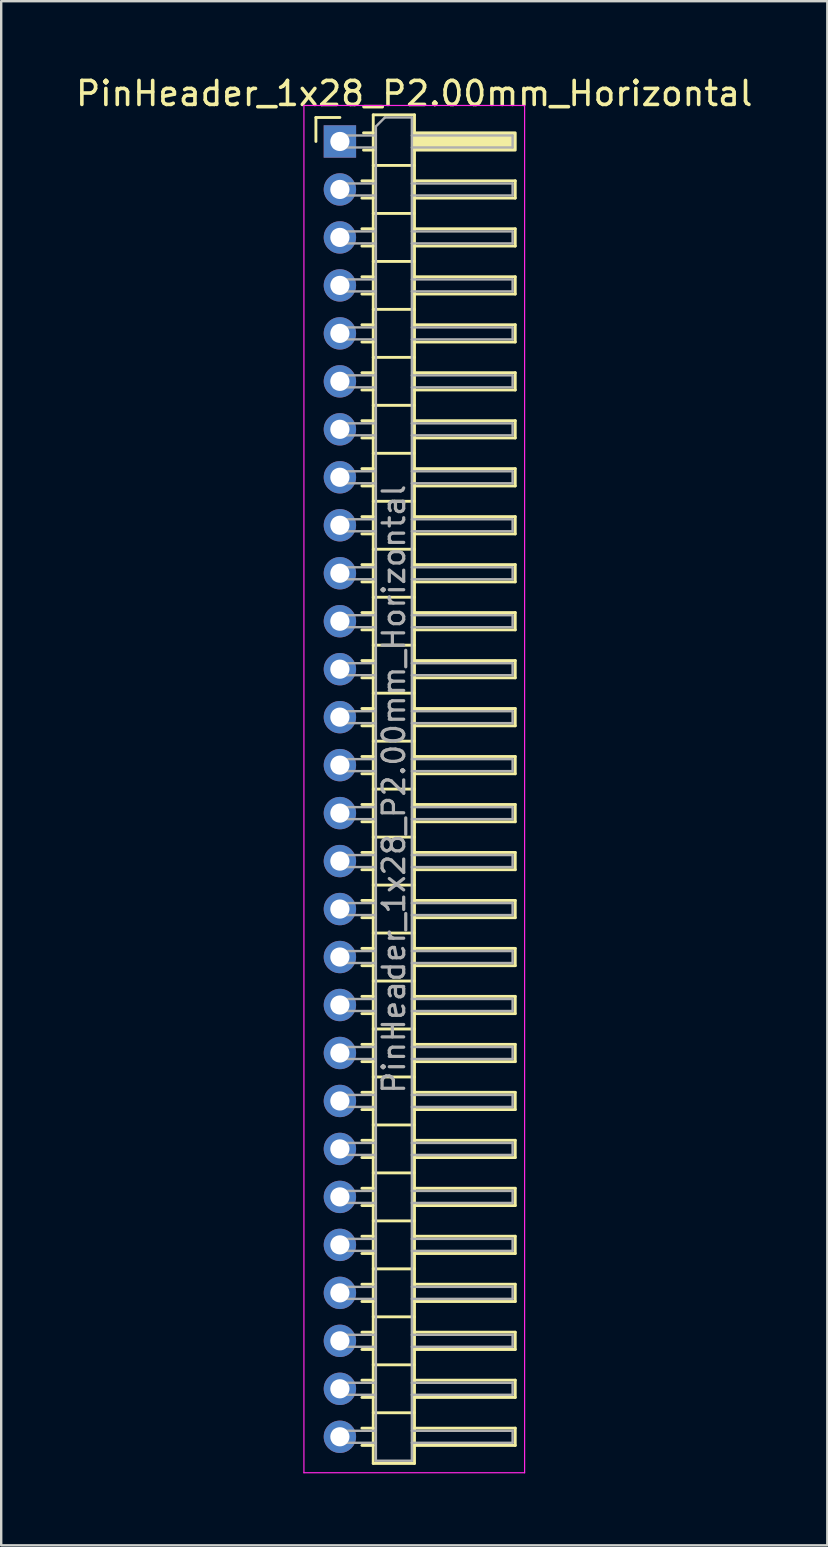
<source format=kicad_pcb>
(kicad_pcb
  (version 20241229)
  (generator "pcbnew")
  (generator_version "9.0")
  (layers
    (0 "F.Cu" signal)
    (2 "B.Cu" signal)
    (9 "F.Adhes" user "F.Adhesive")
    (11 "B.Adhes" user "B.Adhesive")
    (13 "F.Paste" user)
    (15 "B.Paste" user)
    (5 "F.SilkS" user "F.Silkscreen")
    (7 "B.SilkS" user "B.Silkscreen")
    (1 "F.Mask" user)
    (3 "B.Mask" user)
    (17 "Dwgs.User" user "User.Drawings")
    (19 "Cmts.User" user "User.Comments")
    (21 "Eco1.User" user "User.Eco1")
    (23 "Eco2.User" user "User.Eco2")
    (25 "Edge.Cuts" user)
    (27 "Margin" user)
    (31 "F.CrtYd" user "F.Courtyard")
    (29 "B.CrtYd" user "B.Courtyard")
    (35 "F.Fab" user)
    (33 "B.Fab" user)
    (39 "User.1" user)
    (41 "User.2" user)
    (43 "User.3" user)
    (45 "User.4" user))
  (footprint "PinHeader_1x28_P2.00mm_Horizontal"
    (layer "F.Cu")
    (at 11.12 2.848)
    (property "Reference" "PinHeader_1x28_P2.00mm_Horizontal" (at 3.1 -2 0) (layer "F.SilkS") (effects (font (size 1 1) (thickness 0.15))))
    (attr through_hole)
    (fp_line (start -1 -1) (end 0 -1) (stroke (width 0.12) (type solid)) (layer "F.SilkS"))
    (fp_line (start -1 0) (end -1 -1) (stroke (width 0.12) (type solid)) (layer "F.SilkS"))
    (fp_line (start 0.917 1.64) (end 1.39 1.64) (stroke (width 0.12) (type solid)) (layer "F.SilkS"))
    (fp_line (start 0.917 2.36) (end 1.39 2.36) (stroke (width 0.12) (type solid)) (layer "F.SilkS"))
    (fp_line (start 0.917 3.64) (end 1.39 3.64) (stroke (width 0.12) (type solid)) (layer "F.SilkS"))
    (fp_line (start 0.917 4.36) (end 1.39 4.36) (stroke (width 0.12) (type solid)) (layer "F.SilkS"))
    (fp_line (start 0.917 5.64) (end 1.39 5.64) (stroke (width 0.12) (type solid)) (layer "F.SilkS"))
    (fp_line (start 0.917 6.36) (end 1.39 6.36) (stroke (width 0.12) (type solid)) (layer "F.SilkS"))
    (fp_line (start 0.917 7.64) (end 1.39 7.64) (stroke (width 0.12) (type solid)) (layer "F.SilkS"))
    (fp_line (start 0.917 8.36) (end 1.39 8.36) (stroke (width 0.12) (type solid)) (layer "F.SilkS"))
    (fp_line (start 0.917 9.64) (end 1.39 9.64) (stroke (width 0.12) (type solid)) (layer "F.SilkS"))
    (fp_line (start 0.917 10.36) (end 1.39 10.36) (stroke (width 0.12) (type solid)) (layer "F.SilkS"))
    (fp_line (start 0.917 11.64) (end 1.39 11.64) (stroke (width 0.12) (type solid)) (layer "F.SilkS"))
    (fp_line (start 0.917 12.36) (end 1.39 12.36) (stroke (width 0.12) (type solid)) (layer "F.SilkS"))
    (fp_line (start 0.917 13.64) (end 1.39 13.64) (stroke (width 0.12) (type solid)) (layer "F.SilkS"))
    (fp_line (start 0.917 14.36) (end 1.39 14.36) (stroke (width 0.12) (type solid)) (layer "F.SilkS"))
    (fp_line (start 0.917 15.64) (end 1.39 15.64) (stroke (width 0.12) (type solid)) (layer "F.SilkS"))
    (fp_line (start 0.917 16.36) (end 1.39 16.36) (stroke (width 0.12) (type solid)) (layer "F.SilkS"))
    (fp_line (start 0.917 17.64) (end 1.39 17.64) (stroke (width 0.12) (type solid)) (layer "F.SilkS"))
    (fp_line (start 0.917 18.36) (end 1.39 18.36) (stroke (width 0.12) (type solid)) (layer "F.SilkS"))
    (fp_line (start 0.917 19.64) (end 1.39 19.64) (stroke (width 0.12) (type solid)) (layer "F.SilkS"))
    (fp_line (start 0.917 20.36) (end 1.39 20.36) (stroke (width 0.12) (type solid)) (layer "F.SilkS"))
    (fp_line (start 0.917 21.64) (end 1.39 21.64) (stroke (width 0.12) (type solid)) (layer "F.SilkS"))
    (fp_line (start 0.917 22.36) (end 1.39 22.36) (stroke (width 0.12) (type solid)) (layer "F.SilkS"))
    (fp_line (start 0.917 23.64) (end 1.39 23.64) (stroke (width 0.12) (type solid)) (layer "F.SilkS"))
    (fp_line (start 0.917 24.36) (end 1.39 24.36) (stroke (width 0.12) (type solid)) (layer "F.SilkS"))
    (fp_line (start 0.917 25.64) (end 1.39 25.64) (stroke (width 0.12) (type solid)) (layer "F.SilkS"))
    (fp_line (start 0.917 26.36) (end 1.39 26.36) (stroke (width 0.12) (type solid)) (layer "F.SilkS"))
    (fp_line (start 0.917 27.64) (end 1.39 27.64) (stroke (width 0.12) (type solid)) (layer "F.SilkS"))
    (fp_line (start 0.917 28.36) (end 1.39 28.36) (stroke (width 0.12) (type solid)) (layer "F.SilkS"))
    (fp_line (start 0.917 29.64) (end 1.39 29.64) (stroke (width 0.12) (type solid)) (layer "F.SilkS"))
    (fp_line (start 0.917 30.36) (end 1.39 30.36) (stroke (width 0.12) (type solid)) (layer "F.SilkS"))
    (fp_line (start 0.917 31.64) (end 1.39 31.64) (stroke (width 0.12) (type solid)) (layer "F.SilkS"))
    (fp_line (start 0.917 32.36) (end 1.39 32.36) (stroke (width 0.12) (type solid)) (layer "F.SilkS"))
    (fp_line (start 0.917 33.64) (end 1.39 33.64) (stroke (width 0.12) (type solid)) (layer "F.SilkS"))
    (fp_line (start 0.917 34.36) (end 1.39 34.36) (stroke (width 0.12) (type solid)) (layer "F.SilkS"))
    (fp_line (start 0.917 35.64) (end 1.39 35.64) (stroke (width 0.12) (type solid)) (layer "F.SilkS"))
    (fp_line (start 0.917 36.36) (end 1.39 36.36) (stroke (width 0.12) (type solid)) (layer "F.SilkS"))
    (fp_line (start 0.917 37.64) (end 1.39 37.64) (stroke (width 0.12) (type solid)) (layer "F.SilkS"))
    (fp_line (start 0.917 38.36) (end 1.39 38.36) (stroke (width 0.12) (type solid)) (layer "F.SilkS"))
    (fp_line (start 0.917 39.64) (end 1.39 39.64) (stroke (width 0.12) (type solid)) (layer "F.SilkS"))
    (fp_line (start 0.917 40.36) (end 1.39 40.36) (stroke (width 0.12) (type solid)) (layer "F.SilkS"))
    (fp_line (start 0.917 41.64) (end 1.39 41.64) (stroke (width 0.12) (type solid)) (layer "F.SilkS"))
    (fp_line (start 0.917 42.36) (end 1.39 42.36) (stroke (width 0.12) (type solid)) (layer "F.SilkS"))
    (fp_line (start 0.917 43.64) (end 1.39 43.64) (stroke (width 0.12) (type solid)) (layer "F.SilkS"))
    (fp_line (start 0.917 44.36) (end 1.39 44.36) (stroke (width 0.12) (type solid)) (layer "F.SilkS"))
    (fp_line (start 0.917 45.64) (end 1.39 45.64) (stroke (width 0.12) (type solid)) (layer "F.SilkS"))
    (fp_line (start 0.917 46.36) (end 1.39 46.36) (stroke (width 0.12) (type solid)) (layer "F.SilkS"))
    (fp_line (start 0.917 47.64) (end 1.39 47.64) (stroke (width 0.12) (type solid)) (layer "F.SilkS"))
    (fp_line (start 0.917 48.36) (end 1.39 48.36) (stroke (width 0.12) (type solid)) (layer "F.SilkS"))
    (fp_line (start 0.917 49.64) (end 1.39 49.64) (stroke (width 0.12) (type solid)) (layer "F.SilkS"))
    (fp_line (start 0.917 50.36) (end 1.39 50.36) (stroke (width 0.12) (type solid)) (layer "F.SilkS"))
    (fp_line (start 0.917 51.64) (end 1.39 51.64) (stroke (width 0.12) (type solid)) (layer "F.SilkS"))
    (fp_line (start 0.917 52.36) (end 1.39 52.36) (stroke (width 0.12) (type solid)) (layer "F.SilkS"))
    (fp_line (start 0.917 53.64) (end 1.39 53.64) (stroke (width 0.12) (type solid)) (layer "F.SilkS"))
    (fp_line (start 0.917 54.36) (end 1.39 54.36) (stroke (width 0.12) (type solid)) (layer "F.SilkS"))
    (fp_line (start 0.985 -0.36) (end 1.39 -0.36) (stroke (width 0.12) (type solid)) (layer "F.SilkS"))
    (fp_line (start 0.985 0.36) (end 1.39 0.36) (stroke (width 0.12) (type solid)) (layer "F.SilkS"))
    (fp_line (start 1.39 -1.11) (end 1.39 55.11) (stroke (width 0.12) (type solid)) (layer "F.SilkS"))
    (fp_line (start 1.39 1) (end 3.11 1) (stroke (width 0.12) (type solid)) (layer "F.SilkS"))
    (fp_line (start 1.39 3) (end 3.11 3) (stroke (width 0.12) (type solid)) (layer "F.SilkS"))
    (fp_line (start 1.39 5) (end 3.11 5) (stroke (width 0.12) (type solid)) (layer "F.SilkS"))
    (fp_line (start 1.39 7) (end 3.11 7) (stroke (width 0.12) (type solid)) (layer "F.SilkS"))
    (fp_line (start 1.39 9) (end 3.11 9) (stroke (width 0.12) (type solid)) (layer "F.SilkS"))
    (fp_line (start 1.39 11) (end 3.11 11) (stroke (width 0.12) (type solid)) (layer "F.SilkS"))
    (fp_line (start 1.39 13) (end 3.11 13) (stroke (width 0.12) (type solid)) (layer "F.SilkS"))
    (fp_line (start 1.39 15) (end 3.11 15) (stroke (width 0.12) (type solid)) (layer "F.SilkS"))
    (fp_line (start 1.39 17) (end 3.11 17) (stroke (width 0.12) (type solid)) (layer "F.SilkS"))
    (fp_line (start 1.39 19) (end 3.11 19) (stroke (width 0.12) (type solid)) (layer "F.SilkS"))
    (fp_line (start 1.39 21) (end 3.11 21) (stroke (width 0.12) (type solid)) (layer "F.SilkS"))
    (fp_line (start 1.39 23) (end 3.11 23) (stroke (width 0.12) (type solid)) (layer "F.SilkS"))
    (fp_line (start 1.39 25) (end 3.11 25) (stroke (width 0.12) (type solid)) (layer "F.SilkS"))
    (fp_line (start 1.39 27) (end 3.11 27) (stroke (width 0.12) (type solid)) (layer "F.SilkS"))
    (fp_line (start 1.39 29) (end 3.11 29) (stroke (width 0.12) (type solid)) (layer "F.SilkS"))
    (fp_line (start 1.39 31) (end 3.11 31) (stroke (width 0.12) (type solid)) (layer "F.SilkS"))
    (fp_line (start 1.39 33) (end 3.11 33) (stroke (width 0.12) (type solid)) (layer "F.SilkS"))
    (fp_line (start 1.39 35) (end 3.11 35) (stroke (width 0.12) (type solid)) (layer "F.SilkS"))
    (fp_line (start 1.39 37) (end 3.11 37) (stroke (width 0.12) (type solid)) (layer "F.SilkS"))
    (fp_line (start 1.39 39) (end 3.11 39) (stroke (width 0.12) (type solid)) (layer "F.SilkS"))
    (fp_line (start 1.39 41) (end 3.11 41) (stroke (width 0.12) (type solid)) (layer "F.SilkS"))
    (fp_line (start 1.39 43) (end 3.11 43) (stroke (width 0.12) (type solid)) (layer "F.SilkS"))
    (fp_line (start 1.39 45) (end 3.11 45) (stroke (width 0.12) (type solid)) (layer "F.SilkS"))
    (fp_line (start 1.39 47) (end 3.11 47) (stroke (width 0.12) (type solid)) (layer "F.SilkS"))
    (fp_line (start 1.39 49) (end 3.11 49) (stroke (width 0.12) (type solid)) (layer "F.SilkS"))
    (fp_line (start 1.39 51) (end 3.11 51) (stroke (width 0.12) (type solid)) (layer "F.SilkS"))
    (fp_line (start 1.39 53) (end 3.11 53) (stroke (width 0.12) (type solid)) (layer "F.SilkS"))
    (fp_line (start 1.39 55.11) (end 3.11 55.11) (stroke (width 0.12) (type solid)) (layer "F.SilkS"))
    (fp_line (start 3.11 -1.11) (end 1.39 -1.11) (stroke (width 0.12) (type solid)) (layer "F.SilkS"))
    (fp_line (start 3.11 1.64) (end 7.31 1.64) (stroke (width 0.12) (type solid)) (layer "F.SilkS"))
    (fp_line (start 3.11 3.64) (end 7.31 3.64) (stroke (width 0.12) (type solid)) (layer "F.SilkS"))
    (fp_line (start 3.11 5.64) (end 7.31 5.64) (stroke (width 0.12) (type solid)) (layer "F.SilkS"))
    (fp_line (start 3.11 7.64) (end 7.31 7.64) (stroke (width 0.12) (type solid)) (layer "F.SilkS"))
    (fp_line (start 3.11 9.64) (end 7.31 9.64) (stroke (width 0.12) (type solid)) (layer "F.SilkS"))
    (fp_line (start 3.11 11.64) (end 7.31 11.64) (stroke (width 0.12) (type solid)) (layer "F.SilkS"))
    (fp_line (start 3.11 13.64) (end 7.31 13.64) (stroke (width 0.12) (type solid)) (layer "F.SilkS"))
    (fp_line (start 3.11 15.64) (end 7.31 15.64) (stroke (width 0.12) (type solid)) (layer "F.SilkS"))
    (fp_line (start 3.11 17.64) (end 7.31 17.64) (stroke (width 0.12) (type solid)) (layer "F.SilkS"))
    (fp_line (start 3.11 19.64) (end 7.31 19.64) (stroke (width 0.12) (type solid)) (layer "F.SilkS"))
    (fp_line (start 3.11 21.64) (end 7.31 21.64) (stroke (width 0.12) (type solid)) (layer "F.SilkS"))
    (fp_line (start 3.11 23.64) (end 7.31 23.64) (stroke (width 0.12) (type solid)) (layer "F.SilkS"))
    (fp_line (start 3.11 25.64) (end 7.31 25.64) (stroke (width 0.12) (type solid)) (layer "F.SilkS"))
    (fp_line (start 3.11 27.64) (end 7.31 27.64) (stroke (width 0.12) (type solid)) (layer "F.SilkS"))
    (fp_line (start 3.11 29.64) (end 7.31 29.64) (stroke (width 0.12) (type solid)) (layer "F.SilkS"))
    (fp_line (start 3.11 31.64) (end 7.31 31.64) (stroke (width 0.12) (type solid)) (layer "F.SilkS"))
    (fp_line (start 3.11 33.64) (end 7.31 33.64) (stroke (width 0.12) (type solid)) (layer "F.SilkS"))
    (fp_line (start 3.11 35.64) (end 7.31 35.64) (stroke (width 0.12) (type solid)) (layer "F.SilkS"))
    (fp_line (start 3.11 37.64) (end 7.31 37.64) (stroke (width 0.12) (type solid)) (layer "F.SilkS"))
    (fp_line (start 3.11 39.64) (end 7.31 39.64) (stroke (width 0.12) (type solid)) (layer "F.SilkS"))
    (fp_line (start 3.11 41.64) (end 7.31 41.64) (stroke (width 0.12) (type solid)) (layer "F.SilkS"))
    (fp_line (start 3.11 43.64) (end 7.31 43.64) (stroke (width 0.12) (type solid)) (layer "F.SilkS"))
    (fp_line (start 3.11 45.64) (end 7.31 45.64) (stroke (width 0.12) (type solid)) (layer "F.SilkS"))
    (fp_line (start 3.11 47.64) (end 7.31 47.64) (stroke (width 0.12) (type solid)) (layer "F.SilkS"))
    (fp_line (start 3.11 49.64) (end 7.31 49.64) (stroke (width 0.12) (type solid)) (layer "F.SilkS"))
    (fp_line (start 3.11 51.64) (end 7.31 51.64) (stroke (width 0.12) (type solid)) (layer "F.SilkS"))
    (fp_line (start 3.11 53.64) (end 7.31 53.64) (stroke (width 0.12) (type solid)) (layer "F.SilkS"))
    (fp_line (start 3.11 55.11) (end 3.11 -1.11) (stroke (width 0.12) (type solid)) (layer "F.SilkS"))
    (fp_line (start 7.31 1.64) (end 7.31 2.36) (stroke (width 0.12) (type solid)) (layer "F.SilkS"))
    (fp_line (start 7.31 2.36) (end 3.11 2.36) (stroke (width 0.12) (type solid)) (layer "F.SilkS"))
    (fp_line (start 7.31 3.64) (end 7.31 4.36) (stroke (width 0.12) (type solid)) (layer "F.SilkS"))
    (fp_line (start 7.31 4.36) (end 3.11 4.36) (stroke (width 0.12) (type solid)) (layer "F.SilkS"))
    (fp_line (start 7.31 5.64) (end 7.31 6.36) (stroke (width 0.12) (type solid)) (layer "F.SilkS"))
    (fp_line (start 7.31 6.36) (end 3.11 6.36) (stroke (width 0.12) (type solid)) (layer "F.SilkS"))
    (fp_line (start 7.31 7.64) (end 7.31 8.36) (stroke (width 0.12) (type solid)) (layer "F.SilkS"))
    (fp_line (start 7.31 8.36) (end 3.11 8.36) (stroke (width 0.12) (type solid)) (layer "F.SilkS"))
    (fp_line (start 7.31 9.64) (end 7.31 10.36) (stroke (width 0.12) (type solid)) (layer "F.SilkS"))
    (fp_line (start 7.31 10.36) (end 3.11 10.36) (stroke (width 0.12) (type solid)) (layer "F.SilkS"))
    (fp_line (start 7.31 11.64) (end 7.31 12.36) (stroke (width 0.12) (type solid)) (layer "F.SilkS"))
    (fp_line (start 7.31 12.36) (end 3.11 12.36) (stroke (width 0.12) (type solid)) (layer "F.SilkS"))
    (fp_line (start 7.31 13.64) (end 7.31 14.36) (stroke (width 0.12) (type solid)) (layer "F.SilkS"))
    (fp_line (start 7.31 14.36) (end 3.11 14.36) (stroke (width 0.12) (type solid)) (layer "F.SilkS"))
    (fp_line (start 7.31 15.64) (end 7.31 16.36) (stroke (width 0.12) (type solid)) (layer "F.SilkS"))
    (fp_line (start 7.31 16.36) (end 3.11 16.36) (stroke (width 0.12) (type solid)) (layer "F.SilkS"))
    (fp_line (start 7.31 17.64) (end 7.31 18.36) (stroke (width 0.12) (type solid)) (layer "F.SilkS"))
    (fp_line (start 7.31 18.36) (end 3.11 18.36) (stroke (width 0.12) (type solid)) (layer "F.SilkS"))
    (fp_line (start 7.31 19.64) (end 7.31 20.36) (stroke (width 0.12) (type solid)) (layer "F.SilkS"))
    (fp_line (start 7.31 20.36) (end 3.11 20.36) (stroke (width 0.12) (type solid)) (layer "F.SilkS"))
    (fp_line (start 7.31 21.64) (end 7.31 22.36) (stroke (width 0.12) (type solid)) (layer "F.SilkS"))
    (fp_line (start 7.31 22.36) (end 3.11 22.36) (stroke (width 0.12) (type solid)) (layer "F.SilkS"))
    (fp_line (start 7.31 23.64) (end 7.31 24.36) (stroke (width 0.12) (type solid)) (layer "F.SilkS"))
    (fp_line (start 7.31 24.36) (end 3.11 24.36) (stroke (width 0.12) (type solid)) (layer "F.SilkS"))
    (fp_line (start 7.31 25.64) (end 7.31 26.36) (stroke (width 0.12) (type solid)) (layer "F.SilkS"))
    (fp_line (start 7.31 26.36) (end 3.11 26.36) (stroke (width 0.12) (type solid)) (layer "F.SilkS"))
    (fp_line (start 7.31 27.64) (end 7.31 28.36) (stroke (width 0.12) (type solid)) (layer "F.SilkS"))
    (fp_line (start 7.31 28.36) (end 3.11 28.36) (stroke (width 0.12) (type solid)) (layer "F.SilkS"))
    (fp_line (start 7.31 29.64) (end 7.31 30.36) (stroke (width 0.12) (type solid)) (layer "F.SilkS"))
    (fp_line (start 7.31 30.36) (end 3.11 30.36) (stroke (width 0.12) (type solid)) (layer "F.SilkS"))
    (fp_line (start 7.31 31.64) (end 7.31 32.36) (stroke (width 0.12) (type solid)) (layer "F.SilkS"))
    (fp_line (start 7.31 32.36) (end 3.11 32.36) (stroke (width 0.12) (type solid)) (layer "F.SilkS"))
    (fp_line (start 7.31 33.64) (end 7.31 34.36) (stroke (width 0.12) (type solid)) (layer "F.SilkS"))
    (fp_line (start 7.31 34.36) (end 3.11 34.36) (stroke (width 0.12) (type solid)) (layer "F.SilkS"))
    (fp_line (start 7.31 35.64) (end 7.31 36.36) (stroke (width 0.12) (type solid)) (layer "F.SilkS"))
    (fp_line (start 7.31 36.36) (end 3.11 36.36) (stroke (width 0.12) (type solid)) (layer "F.SilkS"))
    (fp_line (start 7.31 37.64) (end 7.31 38.36) (stroke (width 0.12) (type solid)) (layer "F.SilkS"))
    (fp_line (start 7.31 38.36) (end 3.11 38.36) (stroke (width 0.12) (type solid)) (layer "F.SilkS"))
    (fp_line (start 7.31 39.64) (end 7.31 40.36) (stroke (width 0.12) (type solid)) (layer "F.SilkS"))
    (fp_line (start 7.31 40.36) (end 3.11 40.36) (stroke (width 0.12) (type solid)) (layer "F.SilkS"))
    (fp_line (start 7.31 41.64) (end 7.31 42.36) (stroke (width 0.12) (type solid)) (layer "F.SilkS"))
    (fp_line (start 7.31 42.36) (end 3.11 42.36) (stroke (width 0.12) (type solid)) (layer "F.SilkS"))
    (fp_line (start 7.31 43.64) (end 7.31 44.36) (stroke (width 0.12) (type solid)) (layer "F.SilkS"))
    (fp_line (start 7.31 44.36) (end 3.11 44.36) (stroke (width 0.12) (type solid)) (layer "F.SilkS"))
    (fp_line (start 7.31 45.64) (end 7.31 46.36) (stroke (width 0.12) (type solid)) (layer "F.SilkS"))
    (fp_line (start 7.31 46.36) (end 3.11 46.36) (stroke (width 0.12) (type solid)) (layer "F.SilkS"))
    (fp_line (start 7.31 47.64) (end 7.31 48.36) (stroke (width 0.12) (type solid)) (layer "F.SilkS"))
    (fp_line (start 7.31 48.36) (end 3.11 48.36) (stroke (width 0.12) (type solid)) (layer "F.SilkS"))
    (fp_line (start 7.31 49.64) (end 7.31 50.36) (stroke (width 0.12) (type solid)) (layer "F.SilkS"))
    (fp_line (start 7.31 50.36) (end 3.11 50.36) (stroke (width 0.12) (type solid)) (layer "F.SilkS"))
    (fp_line (start 7.31 51.64) (end 7.31 52.36) (stroke (width 0.12) (type solid)) (layer "F.SilkS"))
    (fp_line (start 7.31 52.36) (end 3.11 52.36) (stroke (width 0.12) (type solid)) (layer "F.SilkS"))
    (fp_line (start 7.31 53.64) (end 7.31 54.36) (stroke (width 0.12) (type solid)) (layer "F.SilkS"))
    (fp_line (start 7.31 54.36) (end 3.11 54.36) (stroke (width 0.12) (type solid)) (layer "F.SilkS"))
    (fp_rect (start 3.11 -0.36) (end 7.31 0.36) (stroke (width 0.12) (type solid)) (fill yes) (layer "F.SilkS"))
    (fp_line (start -1.5 -1.5) (end -1.5 55.5) (stroke (width 0.05) (type solid)) (layer "F.CrtYd"))
    (fp_line (start -1.5 55.5) (end 7.7 55.5) (stroke (width 0.05) (type solid)) (layer "F.CrtYd"))
    (fp_line (start 7.7 -1.5) (end -1.5 -1.5) (stroke (width 0.05) (type solid)) (layer "F.CrtYd"))
    (fp_line (start 7.7 55.5) (end 7.7 -1.5) (stroke (width 0.05) (type solid)) (layer "F.CrtYd"))
    (fp_line (start -0.25 -0.25) (end -0.25 0.25) (stroke (width 0.1) (type solid)) (layer "F.Fab"))
    (fp_line (start -0.25 -0.25) (end 1.5 -0.25) (stroke (width 0.1) (type solid)) (layer "F.Fab"))
    (fp_line (start -0.25 0.25) (end 1.5 0.25) (stroke (width 0.1) (type solid)) (layer "F.Fab"))
    (fp_line (start -0.25 1.75) (end -0.25 2.25) (stroke (width 0.1) (type solid)) (layer "F.Fab"))
    (fp_line (start -0.25 1.75) (end 1.5 1.75) (stroke (width 0.1) (type solid)) (layer "F.Fab"))
    (fp_line (start -0.25 2.25) (end 1.5 2.25) (stroke (width 0.1) (type solid)) (layer "F.Fab"))
    (fp_line (start -0.25 3.75) (end -0.25 4.25) (stroke (width 0.1) (type solid)) (layer "F.Fab"))
    (fp_line (start -0.25 3.75) (end 1.5 3.75) (stroke (width 0.1) (type solid)) (layer "F.Fab"))
    (fp_line (start -0.25 4.25) (end 1.5 4.25) (stroke (width 0.1) (type solid)) (layer "F.Fab"))
    (fp_line (start -0.25 5.75) (end -0.25 6.25) (stroke (width 0.1) (type solid)) (layer "F.Fab"))
    (fp_line (start -0.25 5.75) (end 1.5 5.75) (stroke (width 0.1) (type solid)) (layer "F.Fab"))
    (fp_line (start -0.25 6.25) (end 1.5 6.25) (stroke (width 0.1) (type solid)) (layer "F.Fab"))
    (fp_line (start -0.25 7.75) (end -0.25 8.25) (stroke (width 0.1) (type solid)) (layer "F.Fab"))
    (fp_line (start -0.25 7.75) (end 1.5 7.75) (stroke (width 0.1) (type solid)) (layer "F.Fab"))
    (fp_line (start -0.25 8.25) (end 1.5 8.25) (stroke (width 0.1) (type solid)) (layer "F.Fab"))
    (fp_line (start -0.25 9.75) (end -0.25 10.25) (stroke (width 0.1) (type solid)) (layer "F.Fab"))
    (fp_line (start -0.25 9.75) (end 1.5 9.75) (stroke (width 0.1) (type solid)) (layer "F.Fab"))
    (fp_line (start -0.25 10.25) (end 1.5 10.25) (stroke (width 0.1) (type solid)) (layer "F.Fab"))
    (fp_line (start -0.25 11.75) (end -0.25 12.25) (stroke (width 0.1) (type solid)) (layer "F.Fab"))
    (fp_line (start -0.25 11.75) (end 1.5 11.75) (stroke (width 0.1) (type solid)) (layer "F.Fab"))
    (fp_line (start -0.25 12.25) (end 1.5 12.25) (stroke (width 0.1) (type solid)) (layer "F.Fab"))
    (fp_line (start -0.25 13.75) (end -0.25 14.25) (stroke (width 0.1) (type solid)) (layer "F.Fab"))
    (fp_line (start -0.25 13.75) (end 1.5 13.75) (stroke (width 0.1) (type solid)) (layer "F.Fab"))
    (fp_line (start -0.25 14.25) (end 1.5 14.25) (stroke (width 0.1) (type solid)) (layer "F.Fab"))
    (fp_line (start -0.25 15.75) (end -0.25 16.25) (stroke (width 0.1) (type solid)) (layer "F.Fab"))
    (fp_line (start -0.25 15.75) (end 1.5 15.75) (stroke (width 0.1) (type solid)) (layer "F.Fab"))
    (fp_line (start -0.25 16.25) (end 1.5 16.25) (stroke (width 0.1) (type solid)) (layer "F.Fab"))
    (fp_line (start -0.25 17.75) (end -0.25 18.25) (stroke (width 0.1) (type solid)) (layer "F.Fab"))
    (fp_line (start -0.25 17.75) (end 1.5 17.75) (stroke (width 0.1) (type solid)) (layer "F.Fab"))
    (fp_line (start -0.25 18.25) (end 1.5 18.25) (stroke (width 0.1) (type solid)) (layer "F.Fab"))
    (fp_line (start -0.25 19.75) (end -0.25 20.25) (stroke (width 0.1) (type solid)) (layer "F.Fab"))
    (fp_line (start -0.25 19.75) (end 1.5 19.75) (stroke (width 0.1) (type solid)) (layer "F.Fab"))
    (fp_line (start -0.25 20.25) (end 1.5 20.25) (stroke (width 0.1) (type solid)) (layer "F.Fab"))
    (fp_line (start -0.25 21.75) (end -0.25 22.25) (stroke (width 0.1) (type solid)) (layer "F.Fab"))
    (fp_line (start -0.25 21.75) (end 1.5 21.75) (stroke (width 0.1) (type solid)) (layer "F.Fab"))
    (fp_line (start -0.25 22.25) (end 1.5 22.25) (stroke (width 0.1) (type solid)) (layer "F.Fab"))
    (fp_line (start -0.25 23.75) (end -0.25 24.25) (stroke (width 0.1) (type solid)) (layer "F.Fab"))
    (fp_line (start -0.25 23.75) (end 1.5 23.75) (stroke (width 0.1) (type solid)) (layer "F.Fab"))
    (fp_line (start -0.25 24.25) (end 1.5 24.25) (stroke (width 0.1) (type solid)) (layer "F.Fab"))
    (fp_line (start -0.25 25.75) (end -0.25 26.25) (stroke (width 0.1) (type solid)) (layer "F.Fab"))
    (fp_line (start -0.25 25.75) (end 1.5 25.75) (stroke (width 0.1) (type solid)) (layer "F.Fab"))
    (fp_line (start -0.25 26.25) (end 1.5 26.25) (stroke (width 0.1) (type solid)) (layer "F.Fab"))
    (fp_line (start -0.25 27.75) (end -0.25 28.25) (stroke (width 0.1) (type solid)) (layer "F.Fab"))
    (fp_line (start -0.25 27.75) (end 1.5 27.75) (stroke (width 0.1) (type solid)) (layer "F.Fab"))
    (fp_line (start -0.25 28.25) (end 1.5 28.25) (stroke (width 0.1) (type solid)) (layer "F.Fab"))
    (fp_line (start -0.25 29.75) (end -0.25 30.25) (stroke (width 0.1) (type solid)) (layer "F.Fab"))
    (fp_line (start -0.25 29.75) (end 1.5 29.75) (stroke (width 0.1) (type solid)) (layer "F.Fab"))
    (fp_line (start -0.25 30.25) (end 1.5 30.25) (stroke (width 0.1) (type solid)) (layer "F.Fab"))
    (fp_line (start -0.25 31.75) (end -0.25 32.25) (stroke (width 0.1) (type solid)) (layer "F.Fab"))
    (fp_line (start -0.25 31.75) (end 1.5 31.75) (stroke (width 0.1) (type solid)) (layer "F.Fab"))
    (fp_line (start -0.25 32.25) (end 1.5 32.25) (stroke (width 0.1) (type solid)) (layer "F.Fab"))
    (fp_line (start -0.25 33.75) (end -0.25 34.25) (stroke (width 0.1) (type solid)) (layer "F.Fab"))
    (fp_line (start -0.25 33.75) (end 1.5 33.75) (stroke (width 0.1) (type solid)) (layer "F.Fab"))
    (fp_line (start -0.25 34.25) (end 1.5 34.25) (stroke (width 0.1) (type solid)) (layer "F.Fab"))
    (fp_line (start -0.25 35.75) (end -0.25 36.25) (stroke (width 0.1) (type solid)) (layer "F.Fab"))
    (fp_line (start -0.25 35.75) (end 1.5 35.75) (stroke (width 0.1) (type solid)) (layer "F.Fab"))
    (fp_line (start -0.25 36.25) (end 1.5 36.25) (stroke (width 0.1) (type solid)) (layer "F.Fab"))
    (fp_line (start -0.25 37.75) (end -0.25 38.25) (stroke (width 0.1) (type solid)) (layer "F.Fab"))
    (fp_line (start -0.25 37.75) (end 1.5 37.75) (stroke (width 0.1) (type solid)) (layer "F.Fab"))
    (fp_line (start -0.25 38.25) (end 1.5 38.25) (stroke (width 0.1) (type solid)) (layer "F.Fab"))
    (fp_line (start -0.25 39.75) (end -0.25 40.25) (stroke (width 0.1) (type solid)) (layer "F.Fab"))
    (fp_line (start -0.25 39.75) (end 1.5 39.75) (stroke (width 0.1) (type solid)) (layer "F.Fab"))
    (fp_line (start -0.25 40.25) (end 1.5 40.25) (stroke (width 0.1) (type solid)) (layer "F.Fab"))
    (fp_line (start -0.25 41.75) (end -0.25 42.25) (stroke (width 0.1) (type solid)) (layer "F.Fab"))
    (fp_line (start -0.25 41.75) (end 1.5 41.75) (stroke (width 0.1) (type solid)) (layer "F.Fab"))
    (fp_line (start -0.25 42.25) (end 1.5 42.25) (stroke (width 0.1) (type solid)) (layer "F.Fab"))
    (fp_line (start -0.25 43.75) (end -0.25 44.25) (stroke (width 0.1) (type solid)) (layer "F.Fab"))
    (fp_line (start -0.25 43.75) (end 1.5 43.75) (stroke (width 0.1) (type solid)) (layer "F.Fab"))
    (fp_line (start -0.25 44.25) (end 1.5 44.25) (stroke (width 0.1) (type solid)) (layer "F.Fab"))
    (fp_line (start -0.25 45.75) (end -0.25 46.25) (stroke (width 0.1) (type solid)) (layer "F.Fab"))
    (fp_line (start -0.25 45.75) (end 1.5 45.75) (stroke (width 0.1) (type solid)) (layer "F.Fab"))
    (fp_line (start -0.25 46.25) (end 1.5 46.25) (stroke (width 0.1) (type solid)) (layer "F.Fab"))
    (fp_line (start -0.25 47.75) (end -0.25 48.25) (stroke (width 0.1) (type solid)) (layer "F.Fab"))
    (fp_line (start -0.25 47.75) (end 1.5 47.75) (stroke (width 0.1) (type solid)) (layer "F.Fab"))
    (fp_line (start -0.25 48.25) (end 1.5 48.25) (stroke (width 0.1) (type solid)) (layer "F.Fab"))
    (fp_line (start -0.25 49.75) (end -0.25 50.25) (stroke (width 0.1) (type solid)) (layer "F.Fab"))
    (fp_line (start -0.25 49.75) (end 1.5 49.75) (stroke (width 0.1) (type solid)) (layer "F.Fab"))
    (fp_line (start -0.25 50.25) (end 1.5 50.25) (stroke (width 0.1) (type solid)) (layer "F.Fab"))
    (fp_line (start -0.25 51.75) (end -0.25 52.25) (stroke (width 0.1) (type solid)) (layer "F.Fab"))
    (fp_line (start -0.25 51.75) (end 1.5 51.75) (stroke (width 0.1) (type solid)) (layer "F.Fab"))
    (fp_line (start -0.25 52.25) (end 1.5 52.25) (stroke (width 0.1) (type solid)) (layer "F.Fab"))
    (fp_line (start -0.25 53.75) (end -0.25 54.25) (stroke (width 0.1) (type solid)) (layer "F.Fab"))
    (fp_line (start -0.25 53.75) (end 1.5 53.75) (stroke (width 0.1) (type solid)) (layer "F.Fab"))
    (fp_line (start -0.25 54.25) (end 1.5 54.25) (stroke (width 0.1) (type solid)) (layer "F.Fab"))
    (fp_line (start 1.5 -0.625) (end 1.875 -1) (stroke (width 0.1) (type solid)) (layer "F.Fab"))
    (fp_line (start 1.5 55) (end 1.5 -0.625) (stroke (width 0.1) (type solid)) (layer "F.Fab"))
    (fp_line (start 1.875 -1) (end 3 -1) (stroke (width 0.1) (type solid)) (layer "F.Fab"))
    (fp_line (start 3 -1) (end 3 55) (stroke (width 0.1) (type solid)) (layer "F.Fab"))
    (fp_line (start 3 -0.25) (end 7.2 -0.25) (stroke (width 0.1) (type solid)) (layer "F.Fab"))
    (fp_line (start 3 0.25) (end 7.2 0.25) (stroke (width 0.1) (type solid)) (layer "F.Fab"))
    (fp_line (start 3 1.75) (end 7.2 1.75) (stroke (width 0.1) (type solid)) (layer "F.Fab"))
    (fp_line (start 3 2.25) (end 7.2 2.25) (stroke (width 0.1) (type solid)) (layer "F.Fab"))
    (fp_line (start 3 3.75) (end 7.2 3.75) (stroke (width 0.1) (type solid)) (layer "F.Fab"))
    (fp_line (start 3 4.25) (end 7.2 4.25) (stroke (width 0.1) (type solid)) (layer "F.Fab"))
    (fp_line (start 3 5.75) (end 7.2 5.75) (stroke (width 0.1) (type solid)) (layer "F.Fab"))
    (fp_line (start 3 6.25) (end 7.2 6.25) (stroke (width 0.1) (type solid)) (layer "F.Fab"))
    (fp_line (start 3 7.75) (end 7.2 7.75) (stroke (width 0.1) (type solid)) (layer "F.Fab"))
    (fp_line (start 3 8.25) (end 7.2 8.25) (stroke (width 0.1) (type solid)) (layer "F.Fab"))
    (fp_line (start 3 9.75) (end 7.2 9.75) (stroke (width 0.1) (type solid)) (layer "F.Fab"))
    (fp_line (start 3 10.25) (end 7.2 10.25) (stroke (width 0.1) (type solid)) (layer "F.Fab"))
    (fp_line (start 3 11.75) (end 7.2 11.75) (stroke (width 0.1) (type solid)) (layer "F.Fab"))
    (fp_line (start 3 12.25) (end 7.2 12.25) (stroke (width 0.1) (type solid)) (layer "F.Fab"))
    (fp_line (start 3 13.75) (end 7.2 13.75) (stroke (width 0.1) (type solid)) (layer "F.Fab"))
    (fp_line (start 3 14.25) (end 7.2 14.25) (stroke (width 0.1) (type solid)) (layer "F.Fab"))
    (fp_line (start 3 15.75) (end 7.2 15.75) (stroke (width 0.1) (type solid)) (layer "F.Fab"))
    (fp_line (start 3 16.25) (end 7.2 16.25) (stroke (width 0.1) (type solid)) (layer "F.Fab"))
    (fp_line (start 3 17.75) (end 7.2 17.75) (stroke (width 0.1) (type solid)) (layer "F.Fab"))
    (fp_line (start 3 18.25) (end 7.2 18.25) (stroke (width 0.1) (type solid)) (layer "F.Fab"))
    (fp_line (start 3 19.75) (end 7.2 19.75) (stroke (width 0.1) (type solid)) (layer "F.Fab"))
    (fp_line (start 3 20.25) (end 7.2 20.25) (stroke (width 0.1) (type solid)) (layer "F.Fab"))
    (fp_line (start 3 21.75) (end 7.2 21.75) (stroke (width 0.1) (type solid)) (layer "F.Fab"))
    (fp_line (start 3 22.25) (end 7.2 22.25) (stroke (width 0.1) (type solid)) (layer "F.Fab"))
    (fp_line (start 3 23.75) (end 7.2 23.75) (stroke (width 0.1) (type solid)) (layer "F.Fab"))
    (fp_line (start 3 24.25) (end 7.2 24.25) (stroke (width 0.1) (type solid)) (layer "F.Fab"))
    (fp_line (start 3 25.75) (end 7.2 25.75) (stroke (width 0.1) (type solid)) (layer "F.Fab"))
    (fp_line (start 3 26.25) (end 7.2 26.25) (stroke (width 0.1) (type solid)) (layer "F.Fab"))
    (fp_line (start 3 27.75) (end 7.2 27.75) (stroke (width 0.1) (type solid)) (layer "F.Fab"))
    (fp_line (start 3 28.25) (end 7.2 28.25) (stroke (width 0.1) (type solid)) (layer "F.Fab"))
    (fp_line (start 3 29.75) (end 7.2 29.75) (stroke (width 0.1) (type solid)) (layer "F.Fab"))
    (fp_line (start 3 30.25) (end 7.2 30.25) (stroke (width 0.1) (type solid)) (layer "F.Fab"))
    (fp_line (start 3 31.75) (end 7.2 31.75) (stroke (width 0.1) (type solid)) (layer "F.Fab"))
    (fp_line (start 3 32.25) (end 7.2 32.25) (stroke (width 0.1) (type solid)) (layer "F.Fab"))
    (fp_line (start 3 33.75) (end 7.2 33.75) (stroke (width 0.1) (type solid)) (layer "F.Fab"))
    (fp_line (start 3 34.25) (end 7.2 34.25) (stroke (width 0.1) (type solid)) (layer "F.Fab"))
    (fp_line (start 3 35.75) (end 7.2 35.75) (stroke (width 0.1) (type solid)) (layer "F.Fab"))
    (fp_line (start 3 36.25) (end 7.2 36.25) (stroke (width 0.1) (type solid)) (layer "F.Fab"))
    (fp_line (start 3 37.75) (end 7.2 37.75) (stroke (width 0.1) (type solid)) (layer "F.Fab"))
    (fp_line (start 3 38.25) (end 7.2 38.25) (stroke (width 0.1) (type solid)) (layer "F.Fab"))
    (fp_line (start 3 39.75) (end 7.2 39.75) (stroke (width 0.1) (type solid)) (layer "F.Fab"))
    (fp_line (start 3 40.25) (end 7.2 40.25) (stroke (width 0.1) (type solid)) (layer "F.Fab"))
    (fp_line (start 3 41.75) (end 7.2 41.75) (stroke (width 0.1) (type solid)) (layer "F.Fab"))
    (fp_line (start 3 42.25) (end 7.2 42.25) (stroke (width 0.1) (type solid)) (layer "F.Fab"))
    (fp_line (start 3 43.75) (end 7.2 43.75) (stroke (width 0.1) (type solid)) (layer "F.Fab"))
    (fp_line (start 3 44.25) (end 7.2 44.25) (stroke (width 0.1) (type solid)) (layer "F.Fab"))
    (fp_line (start 3 45.75) (end 7.2 45.75) (stroke (width 0.1) (type solid)) (layer "F.Fab"))
    (fp_line (start 3 46.25) (end 7.2 46.25) (stroke (width 0.1) (type solid)) (layer "F.Fab"))
    (fp_line (start 3 47.75) (end 7.2 47.75) (stroke (width 0.1) (type solid)) (layer "F.Fab"))
    (fp_line (start 3 48.25) (end 7.2 48.25) (stroke (width 0.1) (type solid)) (layer "F.Fab"))
    (fp_line (start 3 49.75) (end 7.2 49.75) (stroke (width 0.1) (type solid)) (layer "F.Fab"))
    (fp_line (start 3 50.25) (end 7.2 50.25) (stroke (width 0.1) (type solid)) (layer "F.Fab"))
    (fp_line (start 3 51.75) (end 7.2 51.75) (stroke (width 0.1) (type solid)) (layer "F.Fab"))
    (fp_line (start 3 52.25) (end 7.2 52.25) (stroke (width 0.1) (type solid)) (layer "F.Fab"))
    (fp_line (start 3 53.75) (end 7.2 53.75) (stroke (width 0.1) (type solid)) (layer "F.Fab"))
    (fp_line (start 3 54.25) (end 7.2 54.25) (stroke (width 0.1) (type solid)) (layer "F.Fab"))
    (fp_line (start 3 55) (end 1.5 55) (stroke (width 0.1) (type solid)) (layer "F.Fab"))
    (fp_line (start 7.2 -0.25) (end 7.2 0.25) (stroke (width 0.1) (type solid)) (layer "F.Fab"))
    (fp_line (start 7.2 1.75) (end 7.2 2.25) (stroke (width 0.1) (type solid)) (layer "F.Fab"))
    (fp_line (start 7.2 3.75) (end 7.2 4.25) (stroke (width 0.1) (type solid)) (layer "F.Fab"))
    (fp_line (start 7.2 5.75) (end 7.2 6.25) (stroke (width 0.1) (type solid)) (layer "F.Fab"))
    (fp_line (start 7.2 7.75) (end 7.2 8.25) (stroke (width 0.1) (type solid)) (layer "F.Fab"))
    (fp_line (start 7.2 9.75) (end 7.2 10.25) (stroke (width 0.1) (type solid)) (layer "F.Fab"))
    (fp_line (start 7.2 11.75) (end 7.2 12.25) (stroke (width 0.1) (type solid)) (layer "F.Fab"))
    (fp_line (start 7.2 13.75) (end 7.2 14.25) (stroke (width 0.1) (type solid)) (layer "F.Fab"))
    (fp_line (start 7.2 15.75) (end 7.2 16.25) (stroke (width 0.1) (type solid)) (layer "F.Fab"))
    (fp_line (start 7.2 17.75) (end 7.2 18.25) (stroke (width 0.1) (type solid)) (layer "F.Fab"))
    (fp_line (start 7.2 19.75) (end 7.2 20.25) (stroke (width 0.1) (type solid)) (layer "F.Fab"))
    (fp_line (start 7.2 21.75) (end 7.2 22.25) (stroke (width 0.1) (type solid)) (layer "F.Fab"))
    (fp_line (start 7.2 23.75) (end 7.2 24.25) (stroke (width 0.1) (type solid)) (layer "F.Fab"))
    (fp_line (start 7.2 25.75) (end 7.2 26.25) (stroke (width 0.1) (type solid)) (layer "F.Fab"))
    (fp_line (start 7.2 27.75) (end 7.2 28.25) (stroke (width 0.1) (type solid)) (layer "F.Fab"))
    (fp_line (start 7.2 29.75) (end 7.2 30.25) (stroke (width 0.1) (type solid)) (layer "F.Fab"))
    (fp_line (start 7.2 31.75) (end 7.2 32.25) (stroke (width 0.1) (type solid)) (layer "F.Fab"))
    (fp_line (start 7.2 33.75) (end 7.2 34.25) (stroke (width 0.1) (type solid)) (layer "F.Fab"))
    (fp_line (start 7.2 35.75) (end 7.2 36.25) (stroke (width 0.1) (type solid)) (layer "F.Fab"))
    (fp_line (start 7.2 37.75) (end 7.2 38.25) (stroke (width 0.1) (type solid)) (layer "F.Fab"))
    (fp_line (start 7.2 39.75) (end 7.2 40.25) (stroke (width 0.1) (type solid)) (layer "F.Fab"))
    (fp_line (start 7.2 41.75) (end 7.2 42.25) (stroke (width 0.1) (type solid)) (layer "F.Fab"))
    (fp_line (start 7.2 43.75) (end 7.2 44.25) (stroke (width 0.1) (type solid)) (layer "F.Fab"))
    (fp_line (start 7.2 45.75) (end 7.2 46.25) (stroke (width 0.1) (type solid)) (layer "F.Fab"))
    (fp_line (start 7.2 47.75) (end 7.2 48.25) (stroke (width 0.1) (type solid)) (layer "F.Fab"))
    (fp_line (start 7.2 49.75) (end 7.2 50.25) (stroke (width 0.1) (type solid)) (layer "F.Fab"))
    (fp_line (start 7.2 51.75) (end 7.2 52.25) (stroke (width 0.1) (type solid)) (layer "F.Fab"))
    (fp_line (start 7.2 53.75) (end 7.2 54.25) (stroke (width 0.1) (type solid)) (layer "F.Fab"))
    (fp_text user "${REFERENCE}" (at 2.25 27 90) (layer "F.Fab") (effects (font (size 0.9 0.9) (thickness 0.135))))
    (pad "1" thru_hole rect (at 0 0) (size 1.35 1.35) (drill 0.8) (layers "*.Cu" "*.Mask"))
    (pad "2" thru_hole circle (at 0 2) (size 1.35 1.35) (drill 0.8) (layers "*.Cu" "*.Mask"))
    (pad "3" thru_hole circle (at 0 4) (size 1.35 1.35) (drill 0.8) (layers "*.Cu" "*.Mask"))
    (pad "4" thru_hole circle (at 0 6) (size 1.35 1.35) (drill 0.8) (layers "*.Cu" "*.Mask"))
    (pad "5" thru_hole circle (at 0 8) (size 1.35 1.35) (drill 0.8) (layers "*.Cu" "*.Mask"))
    (pad "6" thru_hole circle (at 0 10) (size 1.35 1.35) (drill 0.8) (layers "*.Cu" "*.Mask"))
    (pad "7" thru_hole circle (at 0 12) (size 1.35 1.35) (drill 0.8) (layers "*.Cu" "*.Mask"))
    (pad "8" thru_hole circle (at 0 14) (size 1.35 1.35) (drill 0.8) (layers "*.Cu" "*.Mask"))
    (pad "9" thru_hole circle (at 0 16) (size 1.35 1.35) (drill 0.8) (layers "*.Cu" "*.Mask"))
    (pad "10" thru_hole circle (at 0 18) (size 1.35 1.35) (drill 0.8) (layers "*.Cu" "*.Mask"))
    (pad "11" thru_hole circle (at 0 20) (size 1.35 1.35) (drill 0.8) (layers "*.Cu" "*.Mask"))
    (pad "12" thru_hole circle (at 0 22) (size 1.35 1.35) (drill 0.8) (layers "*.Cu" "*.Mask"))
    (pad "13" thru_hole circle (at 0 24) (size 1.35 1.35) (drill 0.8) (layers "*.Cu" "*.Mask"))
    (pad "14" thru_hole circle (at 0 26) (size 1.35 1.35) (drill 0.8) (layers "*.Cu" "*.Mask"))
    (pad "15" thru_hole circle (at 0 28) (size 1.35 1.35) (drill 0.8) (layers "*.Cu" "*.Mask"))
    (pad "16" thru_hole circle (at 0 30) (size 1.35 1.35) (drill 0.8) (layers "*.Cu" "*.Mask"))
    (pad "17" thru_hole circle (at 0 32) (size 1.35 1.35) (drill 0.8) (layers "*.Cu" "*.Mask"))
    (pad "18" thru_hole circle (at 0 34) (size 1.35 1.35) (drill 0.8) (layers "*.Cu" "*.Mask"))
    (pad "19" thru_hole circle (at 0 36) (size 1.35 1.35) (drill 0.8) (layers "*.Cu" "*.Mask"))
    (pad "20" thru_hole circle (at 0 38) (size 1.35 1.35) (drill 0.8) (layers "*.Cu" "*.Mask"))
    (pad "21" thru_hole circle (at 0 40) (size 1.35 1.35) (drill 0.8) (layers "*.Cu" "*.Mask"))
    (pad "22" thru_hole circle (at 0 42) (size 1.35 1.35) (drill 0.8) (layers "*.Cu" "*.Mask"))
    (pad "23" thru_hole circle (at 0 44) (size 1.35 1.35) (drill 0.8) (layers "*.Cu" "*.Mask"))
    (pad "24" thru_hole circle (at 0 46) (size 1.35 1.35) (drill 0.8) (layers "*.Cu" "*.Mask"))
    (pad "25" thru_hole circle (at 0 48) (size 1.35 1.35) (drill 0.8) (layers "*.Cu" "*.Mask"))
    (pad "26" thru_hole circle (at 0 50) (size 1.35 1.35) (drill 0.8) (layers "*.Cu" "*.Mask"))
    (pad "27" thru_hole circle (at 0 52) (size 1.35 1.35) (drill 0.8) (layers "*.Cu" "*.Mask"))
    (pad "28" thru_hole circle (at 0 54) (size 1.35 1.35) (drill 0.8) (layers "*.Cu" "*.Mask")))
  (gr_rect
    (start -3 -3)
    (end 31.44 61.373)
    (stroke (width 0.1) (type default))
    (fill no)
    (layer "Edge.Cuts")))
</source>
